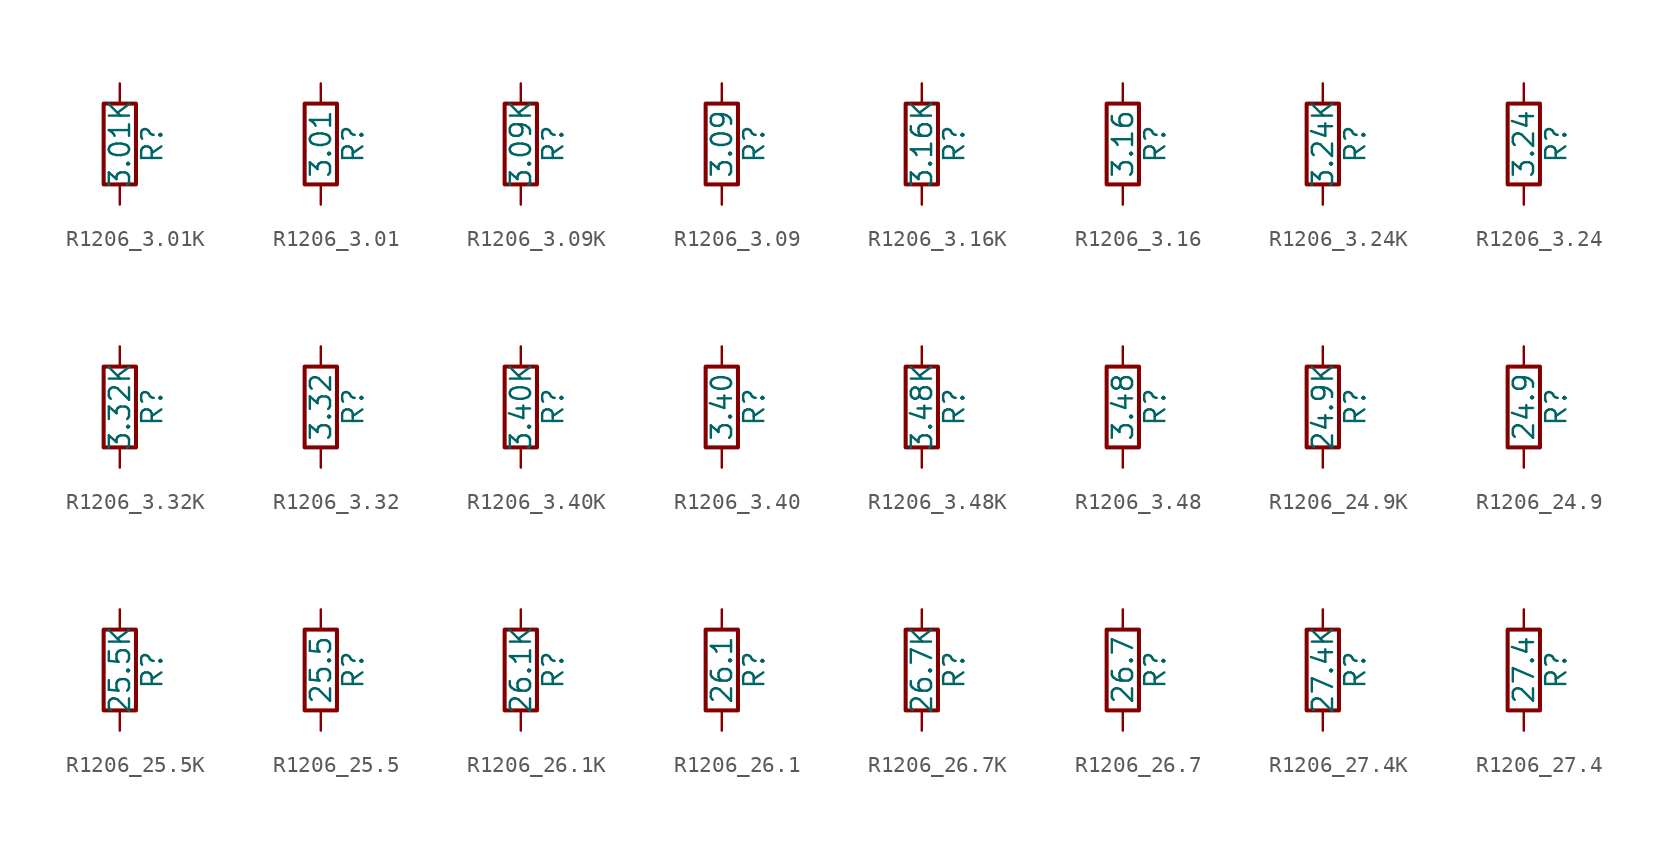
<source format=kicad_sym>
(kicad_symbol_lib
  (version 20211014)
  (generator atlantix-eda)
  (symbol "R1206_3.01K"
    (pin_numbers hide)
    (pin_names
      (offset 0))
    (property "Reference" "R"
      (at 2.032 0 90)
      (effects (font (size 1.27 1.27))))
    (property "Value" "3.01K"
      (at 0 0 90)
      (effects (font (size 1.27 1.27))))
    (symbol "R1206_3.01K_0_1"
      (rectangle (start -1.016 -2.54) (end 1.016 2.54) (stroke (width 0.254) (type default) (color 0 0 0 0)) (fill (type none))))
    (symbol "R1206_3.01K_1_1"
      (pin passive line (at 0 3.81 270) (length 1.27) (name "~" (effects (font (size 1.27 1.27)))) (number "1" (effects (font (size 1.27 1.27)))))
      (pin passive line (at 0 -3.81 90) (length 1.27) (name "~" (effects (font (size 1.27 1.27)))) (number "2" (effects (font (size 1.27 1.27)))))))
  (symbol "R1206_3.01"
    (pin_numbers hide)
    (pin_names
      (offset 0))
    (property "Reference" "R"
      (at 2.032 0 90)
      (effects (font (size 1.27 1.27))))
    (property "Value" "3.01"
      (at 0 0 90)
      (effects (font (size 1.27 1.27))))
    (symbol "R1206_3.01_0_1"
      (rectangle (start -1.016 -2.54) (end 1.016 2.54) (stroke (width 0.254) (type default) (color 0 0 0 0)) (fill (type none))))
    (symbol "R1206_3.01_1_1"
      (pin passive line (at 0 3.81 270) (length 1.27) (name "~" (effects (font (size 1.27 1.27)))) (number "1" (effects (font (size 1.27 1.27)))))
      (pin passive line (at 0 -3.81 90) (length 1.27) (name "~" (effects (font (size 1.27 1.27)))) (number "2" (effects (font (size 1.27 1.27)))))))
  (symbol "R1206_3.09K"
    (pin_numbers hide)
    (pin_names
      (offset 0))
    (property "Reference" "R"
      (at 2.032 0 90)
      (effects (font (size 1.27 1.27))))
    (property "Value" "3.09K"
      (at 0 0 90)
      (effects (font (size 1.27 1.27))))
    (symbol "R1206_3.09K_0_1"
      (rectangle (start -1.016 -2.54) (end 1.016 2.54) (stroke (width 0.254) (type default) (color 0 0 0 0)) (fill (type none))))
    (symbol "R1206_3.09K_1_1"
      (pin passive line (at 0 3.81 270) (length 1.27) (name "~" (effects (font (size 1.27 1.27)))) (number "1" (effects (font (size 1.27 1.27)))))
      (pin passive line (at 0 -3.81 90) (length 1.27) (name "~" (effects (font (size 1.27 1.27)))) (number "2" (effects (font (size 1.27 1.27)))))))
  (symbol "R1206_3.09"
    (pin_numbers hide)
    (pin_names
      (offset 0))
    (property "Reference" "R"
      (at 2.032 0 90)
      (effects (font (size 1.27 1.27))))
    (property "Value" "3.09"
      (at 0 0 90)
      (effects (font (size 1.27 1.27))))
    (symbol "R1206_3.09_0_1"
      (rectangle (start -1.016 -2.54) (end 1.016 2.54) (stroke (width 0.254) (type default) (color 0 0 0 0)) (fill (type none))))
    (symbol "R1206_3.09_1_1"
      (pin passive line (at 0 3.81 270) (length 1.27) (name "~" (effects (font (size 1.27 1.27)))) (number "1" (effects (font (size 1.27 1.27)))))
      (pin passive line (at 0 -3.81 90) (length 1.27) (name "~" (effects (font (size 1.27 1.27)))) (number "2" (effects (font (size 1.27 1.27)))))))
  (symbol "R1206_3.16K"
    (pin_numbers hide)
    (pin_names
      (offset 0))
    (property "Reference" "R"
      (at 2.032 0 90)
      (effects (font (size 1.27 1.27))))
    (property "Value" "3.16K"
      (at 0 0 90)
      (effects (font (size 1.27 1.27))))
    (symbol "R1206_3.16K_0_1"
      (rectangle (start -1.016 -2.54) (end 1.016 2.54) (stroke (width 0.254) (type default) (color 0 0 0 0)) (fill (type none))))
    (symbol "R1206_3.16K_1_1"
      (pin passive line (at 0 3.81 270) (length 1.27) (name "~" (effects (font (size 1.27 1.27)))) (number "1" (effects (font (size 1.27 1.27)))))
      (pin passive line (at 0 -3.81 90) (length 1.27) (name "~" (effects (font (size 1.27 1.27)))) (number "2" (effects (font (size 1.27 1.27)))))))
  (symbol "R1206_3.16"
    (pin_numbers hide)
    (pin_names
      (offset 0))
    (property "Reference" "R"
      (at 2.032 0 90)
      (effects (font (size 1.27 1.27))))
    (property "Value" "3.16"
      (at 0 0 90)
      (effects (font (size 1.27 1.27))))
    (symbol "R1206_3.16_0_1"
      (rectangle (start -1.016 -2.54) (end 1.016 2.54) (stroke (width 0.254) (type default) (color 0 0 0 0)) (fill (type none))))
    (symbol "R1206_3.16_1_1"
      (pin passive line (at 0 3.81 270) (length 1.27) (name "~" (effects (font (size 1.27 1.27)))) (number "1" (effects (font (size 1.27 1.27)))))
      (pin passive line (at 0 -3.81 90) (length 1.27) (name "~" (effects (font (size 1.27 1.27)))) (number "2" (effects (font (size 1.27 1.27)))))))
  (symbol "R1206_3.24K"
    (pin_numbers hide)
    (pin_names
      (offset 0))
    (property "Reference" "R"
      (at 2.032 0 90)
      (effects (font (size 1.27 1.27))))
    (property "Value" "3.24K"
      (at 0 0 90)
      (effects (font (size 1.27 1.27))))
    (symbol "R1206_3.24K_0_1"
      (rectangle (start -1.016 -2.54) (end 1.016 2.54) (stroke (width 0.254) (type default) (color 0 0 0 0)) (fill (type none))))
    (symbol "R1206_3.24K_1_1"
      (pin passive line (at 0 3.81 270) (length 1.27) (name "~" (effects (font (size 1.27 1.27)))) (number "1" (effects (font (size 1.27 1.27)))))
      (pin passive line (at 0 -3.81 90) (length 1.27) (name "~" (effects (font (size 1.27 1.27)))) (number "2" (effects (font (size 1.27 1.27)))))))
  (symbol "R1206_3.24"
    (pin_numbers hide)
    (pin_names
      (offset 0))
    (property "Reference" "R"
      (at 2.032 0 90)
      (effects (font (size 1.27 1.27))))
    (property "Value" "3.24"
      (at 0 0 90)
      (effects (font (size 1.27 1.27))))
    (symbol "R1206_3.24_0_1"
      (rectangle (start -1.016 -2.54) (end 1.016 2.54) (stroke (width 0.254) (type default) (color 0 0 0 0)) (fill (type none))))
    (symbol "R1206_3.24_1_1"
      (pin passive line (at 0 3.81 270) (length 1.27) (name "~" (effects (font (size 1.27 1.27)))) (number "1" (effects (font (size 1.27 1.27)))))
      (pin passive line (at 0 -3.81 90) (length 1.27) (name "~" (effects (font (size 1.27 1.27)))) (number "2" (effects (font (size 1.27 1.27)))))))
  (symbol "R1206_3.32K"
    (pin_numbers hide)
    (pin_names
      (offset 0))
    (property "Reference" "R"
      (at 2.032 0 90)
      (effects (font (size 1.27 1.27))))
    (property "Value" "3.32K"
      (at 0 0 90)
      (effects (font (size 1.27 1.27))))
    (symbol "R1206_3.32K_0_1"
      (rectangle (start -1.016 -2.54) (end 1.016 2.54) (stroke (width 0.254) (type default) (color 0 0 0 0)) (fill (type none))))
    (symbol "R1206_3.32K_1_1"
      (pin passive line (at 0 3.81 270) (length 1.27) (name "~" (effects (font (size 1.27 1.27)))) (number "1" (effects (font (size 1.27 1.27)))))
      (pin passive line (at 0 -3.81 90) (length 1.27) (name "~" (effects (font (size 1.27 1.27)))) (number "2" (effects (font (size 1.27 1.27)))))))
  (symbol "R1206_3.32"
    (pin_numbers hide)
    (pin_names
      (offset 0))
    (property "Reference" "R"
      (at 2.032 0 90)
      (effects (font (size 1.27 1.27))))
    (property "Value" "3.32"
      (at 0 0 90)
      (effects (font (size 1.27 1.27))))
    (symbol "R1206_3.32_0_1"
      (rectangle (start -1.016 -2.54) (end 1.016 2.54) (stroke (width 0.254) (type default) (color 0 0 0 0)) (fill (type none))))
    (symbol "R1206_3.32_1_1"
      (pin passive line (at 0 3.81 270) (length 1.27) (name "~" (effects (font (size 1.27 1.27)))) (number "1" (effects (font (size 1.27 1.27)))))
      (pin passive line (at 0 -3.81 90) (length 1.27) (name "~" (effects (font (size 1.27 1.27)))) (number "2" (effects (font (size 1.27 1.27)))))))
  (symbol "R1206_3.40K"
    (pin_numbers hide)
    (pin_names
      (offset 0))
    (property "Reference" "R"
      (at 2.032 0 90)
      (effects (font (size 1.27 1.27))))
    (property "Value" "3.40K"
      (at 0 0 90)
      (effects (font (size 1.27 1.27))))
    (symbol "R1206_3.40K_0_1"
      (rectangle (start -1.016 -2.54) (end 1.016 2.54) (stroke (width 0.254) (type default) (color 0 0 0 0)) (fill (type none))))
    (symbol "R1206_3.40K_1_1"
      (pin passive line (at 0 3.81 270) (length 1.27) (name "~" (effects (font (size 1.27 1.27)))) (number "1" (effects (font (size 1.27 1.27)))))
      (pin passive line (at 0 -3.81 90) (length 1.27) (name "~" (effects (font (size 1.27 1.27)))) (number "2" (effects (font (size 1.27 1.27)))))))
  (symbol "R1206_3.40"
    (pin_numbers hide)
    (pin_names
      (offset 0))
    (property "Reference" "R"
      (at 2.032 0 90)
      (effects (font (size 1.27 1.27))))
    (property "Value" "3.40"
      (at 0 0 90)
      (effects (font (size 1.27 1.27))))
    (symbol "R1206_3.40_0_1"
      (rectangle (start -1.016 -2.54) (end 1.016 2.54) (stroke (width 0.254) (type default) (color 0 0 0 0)) (fill (type none))))
    (symbol "R1206_3.40_1_1"
      (pin passive line (at 0 3.81 270) (length 1.27) (name "~" (effects (font (size 1.27 1.27)))) (number "1" (effects (font (size 1.27 1.27)))))
      (pin passive line (at 0 -3.81 90) (length 1.27) (name "~" (effects (font (size 1.27 1.27)))) (number "2" (effects (font (size 1.27 1.27)))))))
  (symbol "R1206_3.48K"
    (pin_numbers hide)
    (pin_names
      (offset 0))
    (property "Reference" "R"
      (at 2.032 0 90)
      (effects (font (size 1.27 1.27))))
    (property "Value" "3.48K"
      (at 0 0 90)
      (effects (font (size 1.27 1.27))))
    (symbol "R1206_3.48K_0_1"
      (rectangle (start -1.016 -2.54) (end 1.016 2.54) (stroke (width 0.254) (type default) (color 0 0 0 0)) (fill (type none))))
    (symbol "R1206_3.48K_1_1"
      (pin passive line (at 0 3.81 270) (length 1.27) (name "~" (effects (font (size 1.27 1.27)))) (number "1" (effects (font (size 1.27 1.27)))))
      (pin passive line (at 0 -3.81 90) (length 1.27) (name "~" (effects (font (size 1.27 1.27)))) (number "2" (effects (font (size 1.27 1.27)))))))
  (symbol "R1206_3.48"
    (pin_numbers hide)
    (pin_names
      (offset 0))
    (property "Reference" "R"
      (at 2.032 0 90)
      (effects (font (size 1.27 1.27))))
    (property "Value" "3.48"
      (at 0 0 90)
      (effects (font (size 1.27 1.27))))
    (symbol "R1206_3.48_0_1"
      (rectangle (start -1.016 -2.54) (end 1.016 2.54) (stroke (width 0.254) (type default) (color 0 0 0 0)) (fill (type none))))
    (symbol "R1206_3.48_1_1"
      (pin passive line (at 0 3.81 270) (length 1.27) (name "~" (effects (font (size 1.27 1.27)))) (number "1" (effects (font (size 1.27 1.27)))))
      (pin passive line (at 0 -3.81 90) (length 1.27) (name "~" (effects (font (size 1.27 1.27)))) (number "2" (effects (font (size 1.27 1.27)))))))
  (symbol "R1206_24.9K"
    (pin_numbers hide)
    (pin_names
      (offset 0))
    (property "Reference" "R"
      (at 2.032 0 90)
      (effects (font (size 1.27 1.27))))
    (property "Value" "24.9K"
      (at 0 0 90)
      (effects (font (size 1.27 1.27))))
    (symbol "R1206_24.9K_0_1"
      (rectangle (start -1.016 -2.54) (end 1.016 2.54) (stroke (width 0.254) (type default) (color 0 0 0 0)) (fill (type none))))
    (symbol "R1206_24.9K_1_1"
      (pin passive line (at 0 3.81 270) (length 1.27) (name "~" (effects (font (size 1.27 1.27)))) (number "1" (effects (font (size 1.27 1.27)))))
      (pin passive line (at 0 -3.81 90) (length 1.27) (name "~" (effects (font (size 1.27 1.27)))) (number "2" (effects (font (size 1.27 1.27)))))))
  (symbol "R1206_24.9"
    (pin_numbers hide)
    (pin_names
      (offset 0))
    (property "Reference" "R"
      (at 2.032 0 90)
      (effects (font (size 1.27 1.27))))
    (property "Value" "24.9"
      (at 0 0 90)
      (effects (font (size 1.27 1.27))))
    (symbol "R1206_24.9_0_1"
      (rectangle (start -1.016 -2.54) (end 1.016 2.54) (stroke (width 0.254) (type default) (color 0 0 0 0)) (fill (type none))))
    (symbol "R1206_24.9_1_1"
      (pin passive line (at 0 3.81 270) (length 1.27) (name "~" (effects (font (size 1.27 1.27)))) (number "1" (effects (font (size 1.27 1.27)))))
      (pin passive line (at 0 -3.81 90) (length 1.27) (name "~" (effects (font (size 1.27 1.27)))) (number "2" (effects (font (size 1.27 1.27)))))))
  (symbol "R1206_25.5K"
    (pin_numbers hide)
    (pin_names
      (offset 0))
    (property "Reference" "R"
      (at 2.032 0 90)
      (effects (font (size 1.27 1.27))))
    (property "Value" "25.5K"
      (at 0 0 90)
      (effects (font (size 1.27 1.27))))
    (symbol "R1206_25.5K_0_1"
      (rectangle (start -1.016 -2.54) (end 1.016 2.54) (stroke (width 0.254) (type default) (color 0 0 0 0)) (fill (type none))))
    (symbol "R1206_25.5K_1_1"
      (pin passive line (at 0 3.81 270) (length 1.27) (name "~" (effects (font (size 1.27 1.27)))) (number "1" (effects (font (size 1.27 1.27)))))
      (pin passive line (at 0 -3.81 90) (length 1.27) (name "~" (effects (font (size 1.27 1.27)))) (number "2" (effects (font (size 1.27 1.27)))))))
  (symbol "R1206_25.5"
    (pin_numbers hide)
    (pin_names
      (offset 0))
    (property "Reference" "R"
      (at 2.032 0 90)
      (effects (font (size 1.27 1.27))))
    (property "Value" "25.5"
      (at 0 0 90)
      (effects (font (size 1.27 1.27))))
    (symbol "R1206_25.5_0_1"
      (rectangle (start -1.016 -2.54) (end 1.016 2.54) (stroke (width 0.254) (type default) (color 0 0 0 0)) (fill (type none))))
    (symbol "R1206_25.5_1_1"
      (pin passive line (at 0 3.81 270) (length 1.27) (name "~" (effects (font (size 1.27 1.27)))) (number "1" (effects (font (size 1.27 1.27)))))
      (pin passive line (at 0 -3.81 90) (length 1.27) (name "~" (effects (font (size 1.27 1.27)))) (number "2" (effects (font (size 1.27 1.27)))))))
  (symbol "R1206_26.1K"
    (pin_numbers hide)
    (pin_names
      (offset 0))
    (property "Reference" "R"
      (at 2.032 0 90)
      (effects (font (size 1.27 1.27))))
    (property "Value" "26.1K"
      (at 0 0 90)
      (effects (font (size 1.27 1.27))))
    (symbol "R1206_26.1K_0_1"
      (rectangle (start -1.016 -2.54) (end 1.016 2.54) (stroke (width 0.254) (type default) (color 0 0 0 0)) (fill (type none))))
    (symbol "R1206_26.1K_1_1"
      (pin passive line (at 0 3.81 270) (length 1.27) (name "~" (effects (font (size 1.27 1.27)))) (number "1" (effects (font (size 1.27 1.27)))))
      (pin passive line (at 0 -3.81 90) (length 1.27) (name "~" (effects (font (size 1.27 1.27)))) (number "2" (effects (font (size 1.27 1.27)))))))
  (symbol "R1206_26.1"
    (pin_numbers hide)
    (pin_names
      (offset 0))
    (property "Reference" "R"
      (at 2.032 0 90)
      (effects (font (size 1.27 1.27))))
    (property "Value" "26.1"
      (at 0 0 90)
      (effects (font (size 1.27 1.27))))
    (symbol "R1206_26.1_0_1"
      (rectangle (start -1.016 -2.54) (end 1.016 2.54) (stroke (width 0.254) (type default) (color 0 0 0 0)) (fill (type none))))
    (symbol "R1206_26.1_1_1"
      (pin passive line (at 0 3.81 270) (length 1.27) (name "~" (effects (font (size 1.27 1.27)))) (number "1" (effects (font (size 1.27 1.27)))))
      (pin passive line (at 0 -3.81 90) (length 1.27) (name "~" (effects (font (size 1.27 1.27)))) (number "2" (effects (font (size 1.27 1.27)))))))
  (symbol "R1206_26.7K"
    (pin_numbers hide)
    (pin_names
      (offset 0))
    (property "Reference" "R"
      (at 2.032 0 90)
      (effects (font (size 1.27 1.27))))
    (property "Value" "26.7K"
      (at 0 0 90)
      (effects (font (size 1.27 1.27))))
    (symbol "R1206_26.7K_0_1"
      (rectangle (start -1.016 -2.54) (end 1.016 2.54) (stroke (width 0.254) (type default) (color 0 0 0 0)) (fill (type none))))
    (symbol "R1206_26.7K_1_1"
      (pin passive line (at 0 3.81 270) (length 1.27) (name "~" (effects (font (size 1.27 1.27)))) (number "1" (effects (font (size 1.27 1.27)))))
      (pin passive line (at 0 -3.81 90) (length 1.27) (name "~" (effects (font (size 1.27 1.27)))) (number "2" (effects (font (size 1.27 1.27)))))))
  (symbol "R1206_26.7"
    (pin_numbers hide)
    (pin_names
      (offset 0))
    (property "Reference" "R"
      (at 2.032 0 90)
      (effects (font (size 1.27 1.27))))
    (property "Value" "26.7"
      (at 0 0 90)
      (effects (font (size 1.27 1.27))))
    (symbol "R1206_26.7_0_1"
      (rectangle (start -1.016 -2.54) (end 1.016 2.54) (stroke (width 0.254) (type default) (color 0 0 0 0)) (fill (type none))))
    (symbol "R1206_26.7_1_1"
      (pin passive line (at 0 3.81 270) (length 1.27) (name "~" (effects (font (size 1.27 1.27)))) (number "1" (effects (font (size 1.27 1.27)))))
      (pin passive line (at 0 -3.81 90) (length 1.27) (name "~" (effects (font (size 1.27 1.27)))) (number "2" (effects (font (size 1.27 1.27)))))))
  (symbol "R1206_27.4K"
    (pin_numbers hide)
    (pin_names
      (offset 0))
    (property "Reference" "R"
      (at 2.032 0 90)
      (effects (font (size 1.27 1.27))))
    (property "Value" "27.4K"
      (at 0 0 90)
      (effects (font (size 1.27 1.27))))
    (symbol "R1206_27.4K_0_1"
      (rectangle (start -1.016 -2.54) (end 1.016 2.54) (stroke (width 0.254) (type default) (color 0 0 0 0)) (fill (type none))))
    (symbol "R1206_27.4K_1_1"
      (pin passive line (at 0 3.81 270) (length 1.27) (name "~" (effects (font (size 1.27 1.27)))) (number "1" (effects (font (size 1.27 1.27)))))
      (pin passive line (at 0 -3.81 90) (length 1.27) (name "~" (effects (font (size 1.27 1.27)))) (number "2" (effects (font (size 1.27 1.27)))))))
  (symbol "R1206_27.4"
    (pin_numbers hide)
    (pin_names
      (offset 0))
    (property "Reference" "R"
      (at 2.032 0 90)
      (effects (font (size 1.27 1.27))))
    (property "Value" "27.4"
      (at 0 0 90)
      (effects (font (size 1.27 1.27))))
    (symbol "R1206_27.4_0_1"
      (rectangle (start -1.016 -2.54) (end 1.016 2.54) (stroke (width 0.254) (type default) (color 0 0 0 0)) (fill (type none))))
    (symbol "R1206_27.4_1_1"
      (pin passive line (at 0 3.81 270) (length 1.27) (name "~" (effects (font (size 1.27 1.27)))) (number "1" (effects (font (size 1.27 1.27)))))
      (pin passive line (at 0 -3.81 90) (length 1.27) (name "~" (effects (font (size 1.27 1.27)))) (number "2" (effects (font (size 1.27 1.27))))))))
</source>
